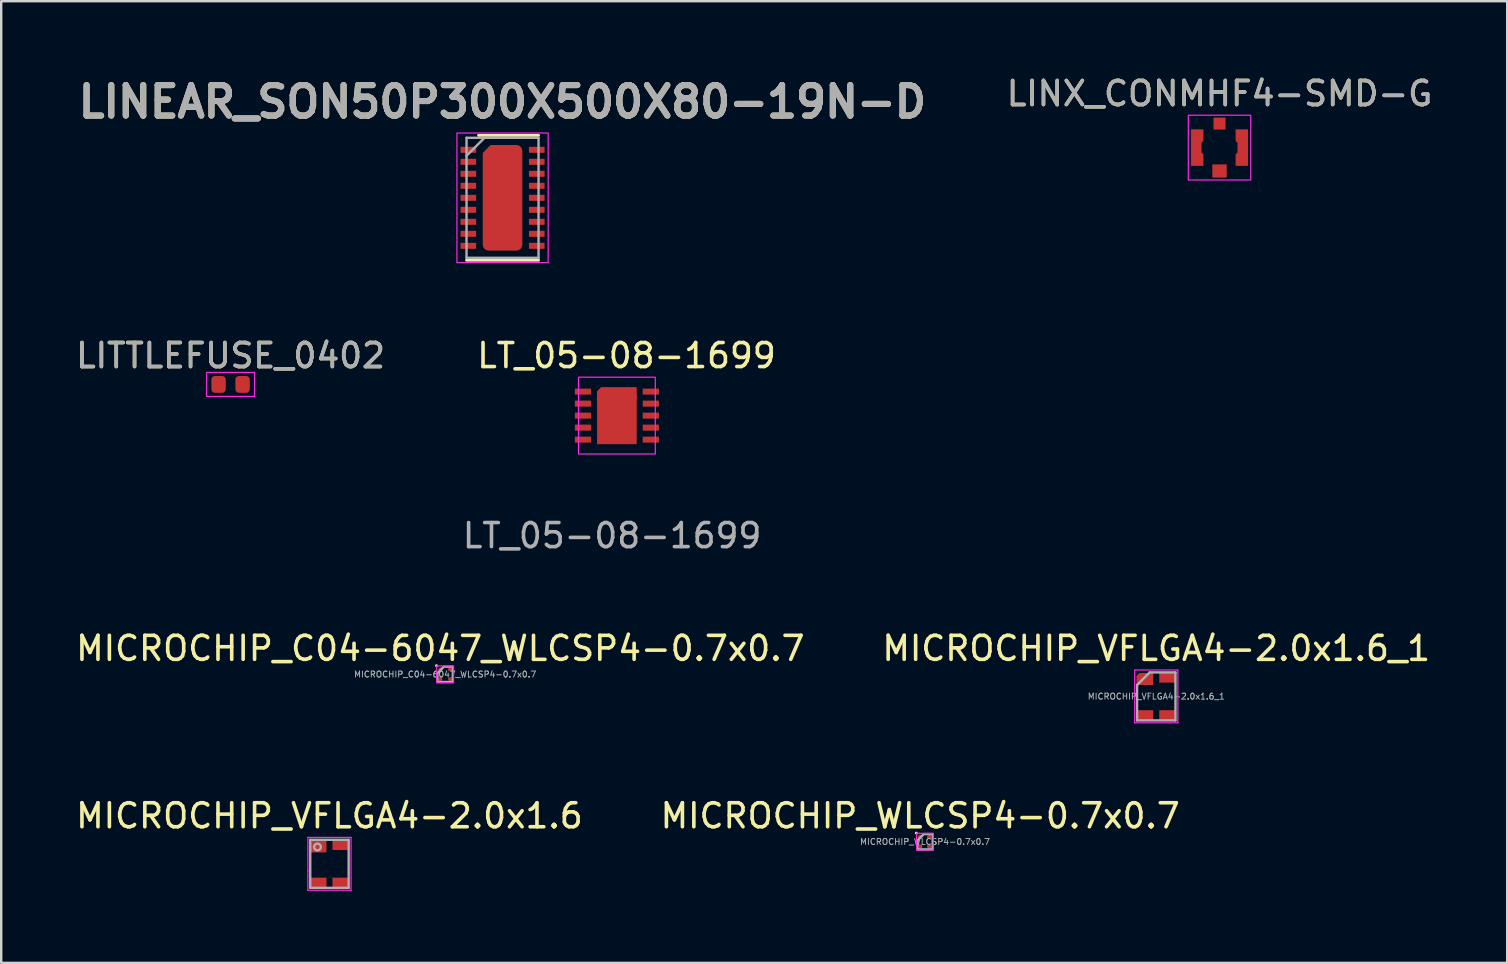
<source format=kicad_pcb>
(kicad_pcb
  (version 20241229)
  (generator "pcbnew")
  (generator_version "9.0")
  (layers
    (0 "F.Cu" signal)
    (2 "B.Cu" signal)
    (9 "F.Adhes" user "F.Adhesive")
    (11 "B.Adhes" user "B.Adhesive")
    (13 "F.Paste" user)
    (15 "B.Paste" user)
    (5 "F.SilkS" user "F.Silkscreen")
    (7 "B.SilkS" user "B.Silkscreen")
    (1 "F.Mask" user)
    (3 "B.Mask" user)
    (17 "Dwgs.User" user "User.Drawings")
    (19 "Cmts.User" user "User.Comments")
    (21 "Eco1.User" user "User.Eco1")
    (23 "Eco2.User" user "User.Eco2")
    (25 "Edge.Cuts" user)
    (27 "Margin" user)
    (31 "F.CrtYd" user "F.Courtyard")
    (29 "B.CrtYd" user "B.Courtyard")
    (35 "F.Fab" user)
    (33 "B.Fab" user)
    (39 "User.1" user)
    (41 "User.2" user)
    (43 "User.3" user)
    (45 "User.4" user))
  (footprint "LINEAR_SON50P300X500X80-19N-D"
    (layer "F.Cu")
    (at 17.883 5.189)
    (property "Reference" "LINEAR_SON50P300X500X80-19N-D" (at 0 -4 0) (layer "F.SilkS") (effects (font (size 1.27 1.27) (thickness 0.254))))
    (attr smd)
    (fp_line (start 1.5 -2.6) (end -1 -2.6) (stroke (width 0.12) (type solid)) (layer "F.SilkS"))
    (fp_line (start 1.5 2.6) (end -1.5 2.6) (stroke (width 0.12) (type solid)) (layer "F.SilkS"))
    (fp_rect (start -1.9 -2.7) (end 1.9 2.7) (stroke (width 0.05) (type solid)) (fill no) (layer "F.CrtYd"))
    (fp_line (start -1.5 -2.5) (end 1.5 -2.5) (stroke (width 0.1) (type solid)) (layer "F.Fab"))
    (fp_line (start -1.5 -1.75) (end -0.75 -2.5) (stroke (width 0.1) (type solid)) (layer "F.Fab"))
    (fp_line (start -1.5 2.5) (end -1.5 -2.5) (stroke (width 0.1) (type solid)) (layer "F.Fab"))
    (fp_line (start 1.5 -2.5) (end 1.5 2.5) (stroke (width 0.1) (type solid)) (layer "F.Fab"))
    (fp_line (start 1.5 2.5) (end -1.5 2.5) (stroke (width 0.1) (type solid)) (layer "F.Fab"))
    (fp_text user "${REFERENCE}" (at 0 -4 0) (layer "F.Fab") (effects (font (size 1.27 1.27) (thickness 0.254))))
    (pad "1" smd rect (at -1.425 -2 90) (size 0.25 0.65) (layers "F.Cu" "F.Mask" "F.Paste"))
    (pad "2" smd rect (at -1.425 -1.5 90) (size 0.25 0.65) (layers "F.Cu" "F.Mask" "F.Paste"))
    (pad "3" smd rect (at -1.425 -1 90) (size 0.25 0.65) (layers "F.Cu" "F.Mask" "F.Paste"))
    (pad "4" smd rect (at -1.425 -0.5 90) (size 0.25 0.65) (layers "F.Cu" "F.Mask" "F.Paste"))
    (pad "5" smd rect (at -1.425 0 90) (size 0.25 0.65) (layers "F.Cu" "F.Mask" "F.Paste"))
    (pad "6" smd rect (at -1.425 0.5 90) (size 0.25 0.65) (layers "F.Cu" "F.Mask" "F.Paste"))
    (pad "7" smd rect (at -1.425 1 90) (size 0.25 0.65) (layers "F.Cu" "F.Mask" "F.Paste"))
    (pad "8" smd rect (at -1.425 1.5 90) (size 0.25 0.65) (layers "F.Cu" "F.Mask" "F.Paste"))
    (pad "9" smd rect (at -1.425 2 90) (size 0.25 0.65) (layers "F.Cu" "F.Mask" "F.Paste"))
    (pad "10" smd rect (at 1.425 2 90) (size 0.25 0.65) (layers "F.Cu" "F.Mask" "F.Paste"))
    (pad "11" smd rect (at 1.425 1.5 90) (size 0.25 0.65) (layers "F.Cu" "F.Mask" "F.Paste"))
    (pad "12" smd rect (at 1.425 1 90) (size 0.25 0.65) (layers "F.Cu" "F.Mask" "F.Paste"))
    (pad "13" smd rect (at 1.425 0.5 90) (size 0.25 0.65) (layers "F.Cu" "F.Mask" "F.Paste"))
    (pad "14" smd rect (at 1.425 0 90) (size 0.25 0.65) (layers "F.Cu" "F.Mask" "F.Paste"))
    (pad "15" smd rect (at 1.425 -0.5 90) (size 0.25 0.65) (layers "F.Cu" "F.Mask" "F.Paste"))
    (pad "16" smd rect (at 1.425 -1 90) (size 0.25 0.65) (layers "F.Cu" "F.Mask" "F.Paste"))
    (pad "17" smd rect (at 1.425 -1.5 90) (size 0.25 0.65) (layers "F.Cu" "F.Mask" "F.Paste"))
    (pad "18" smd rect (at 1.425 -2 90) (size 0.25 0.65) (layers "F.Cu" "F.Mask" "F.Paste"))
    (pad "19" smd roundrect (at 0 0) (size 1.65 4.4) (layers "F.Cu" "F.Mask" "F.Paste") (roundrect_rratio 0.15) (chamfer_ratio 0.2) (chamfer top_left)))
  (footprint "LITTLEFUSE_0402"
    (layer "F.Cu")
    (at 6.554 12.962)
    (property "Reference" "LITTLEFUSE_0402" (at 0 -1.2 0) (unlocked yes) (layer "F.SilkS") (effects (font (size 1 1) (thickness 0.15))))
    (attr smd)
    (fp_line (start -1 -0.5) (end -1 0.5) (stroke (width 0.05) (type solid)) (layer "F.CrtYd"))
    (fp_line (start -1 0.5) (end 1 0.5) (stroke (width 0.05) (type solid)) (layer "F.CrtYd"))
    (fp_line (start 1 -0.5) (end -1 -0.5) (stroke (width 0.05) (type solid)) (layer "F.CrtYd"))
    (fp_line (start 1 0.5) (end 1 -0.5) (stroke (width 0.05) (type solid)) (layer "F.CrtYd"))
    (fp_text user "${REFERENCE}" (at 0 -1.2 0) (unlocked yes) (layer "F.Fab") (effects (font (size 1 1) (thickness 0.15))))
    (pad "1" smd roundrect (at -0.5 0) (size 0.6 0.7) (layers "F.Cu" "F.Mask" "F.Paste") (roundrect_rratio 0.25))
    (pad "2" smd roundrect (at 0.5 0) (size 0.6 0.7) (layers "F.Cu" "F.Mask" "F.Paste") (roundrect_rratio 0.25)))
  (footprint "MICROCHIP_C04-6047_WLCSP4-0.7x0.7"
    (layer "F.Cu")
    (at 15.492 25.038)
    (property "Reference" "MICROCHIP_C04-6047_WLCSP4-0.7x0.7" (at -0.2 -1.08 0) (unlocked yes) (layer "F.SilkS") (effects (font (size 1 1) (thickness 0.15))))
    (attr smd)
    (fp_line (start -0.36 -0.36) (end -0.36 -0.36) (stroke (width 0.12) (type solid)) (layer "F.SilkS"))
    (fp_rect (start -0.35 0.35) (end 0.35 -0.35) (stroke (width 0.05) (type solid)) (fill no) (layer "F.CrtYd"))
    (fp_poly (pts (xy -0.32 -0.05) (xy -0.05 -0.32) (xy 0.32 -0.32) (xy 0.32 0.32) (xy -0.32 0.32)) (stroke (width 0.1) (type solid)) (fill no) (layer "F.Fab"))
    (fp_text user "${REFERENCE}" (at 0 0 0) (unlocked yes) (layer "F.Fab") (effects (font (size 0.25 0.25) (thickness 0.04))))
    (pad "A1" smd circle (at -0.2 -0.2) (size 0.163 0.163) (layers "F.Cu" "F.Mask" "F.Paste"))
    (pad "A2" smd circle (at 0.2 -0.2) (size 0.163 0.163) (layers "F.Cu" "F.Mask" "F.Paste"))
    (pad "B1" smd circle (at -0.2 0.2) (size 0.163 0.163) (layers "F.Cu" "F.Mask" "F.Paste"))
    (pad "B2" smd circle (at 0.2 0.2) (size 0.163 0.163) (layers "F.Cu" "F.Mask" "F.Paste")))
  (footprint "MICROCHIP_VFLGA4-2.0x1.6"
    (layer "F.Cu")
    (at 10.673 32.932)
    (property "Reference" "MICROCHIP_VFLGA4-2.0x1.6" (at 0 -2 0) (unlocked yes) (layer "F.SilkS") (effects (font (size 1 1) (thickness 0.15))))
    (attr smd)
    (fp_poly (pts (xy -0.125 -0.475) (xy -0.825 -0.475) (xy -0.825 -0.85) (xy -0.7 -0.975) (xy -0.125 -0.975)) (stroke (width 0) (type solid)) (fill yes) (layer "F.Cu"))
    (fp_poly (pts (xy -0.125 -0.475) (xy -0.825 -0.475) (xy -0.825 -0.85) (xy -0.7 -0.975) (xy -0.125 -0.975)) (stroke (width 0) (type solid)) (fill yes) (layer "F.Mask"))
    (fp_poly (pts (xy -0.125 -0.475) (xy -0.825 -0.475) (xy -0.825 -0.85) (xy -0.7 -0.975) (xy -0.125 -0.975)) (stroke (width 0) (type solid)) (fill yes) (layer "F.Paste"))
    (fp_line (start -0.9 -1.1) (end -0.9 0.3) (stroke (width 0.05) (type solid)) (layer "F.CrtYd"))
    (fp_line (start -0.9 0.3) (end -0.9 1.1) (stroke (width 0.05) (type solid)) (layer "F.CrtYd"))
    (fp_line (start -0.9 1.1) (end 0.9 1.1) (stroke (width 0.05) (type solid)) (layer "F.CrtYd"))
    (fp_line (start 0.9 -1.1) (end -0.9 -1.1) (stroke (width 0.05) (type solid)) (layer "F.CrtYd"))
    (fp_line (start 0.9 1.1) (end 0.9 -1.1) (stroke (width 0.05) (type solid)) (layer "F.CrtYd"))
    (fp_line (start -0.8 -1) (end 0.8 -1) (stroke (width 0.1) (type solid)) (layer "F.Fab"))
    (fp_line (start -0.8 1) (end -0.8 -1) (stroke (width 0.1) (type solid)) (layer "F.Fab"))
    (fp_line (start 0.8 -1) (end 0.8 1) (stroke (width 0.1) (type solid)) (layer "F.Fab"))
    (fp_line (start 0.8 1) (end -0.8 1) (stroke (width 0.1) (type solid)) (layer "F.Fab"))
    (fp_circle (center -0.5 -0.7) (end -0.4 -0.6) (stroke (width 0.1) (type solid)) (fill no) (layer "F.Fab"))
    (pad "1" smd rect (at -0.475 -0.725) (size 0.2 0.2) (layers "F.Cu"))
    (pad "2" smd rect (at -0.475 0.775) (size 0.7 0.4) (layers "F.Cu" "F.Mask" "F.Paste"))
    (pad "3" smd rect (at 0.475 0.775) (size 0.7 0.4) (layers "F.Cu" "F.Mask" "F.Paste"))
    (pad "4" smd rect (at 0.475 -0.775) (size 0.7 0.4) (layers "F.Cu" "F.Mask" "F.Paste")))
  (footprint "LT_05-08-1699"
    (layer "F.Cu")
    (at 22.646 14.262)
    (property "Reference" "LT_05-08-1699" (at 0.4 -2.5 0) (unlocked yes) (layer "F.SilkS") (effects (font (size 1 1) (thickness 0.15))))
    (attr smd)
    (fp_poly (pts (xy 0.825 -0.685) (xy -0.825 -0.685) (xy -0.825 -1.02) (xy -0.66 -1.185) (xy 0.825 -1.185)) (stroke (width 0) (type solid)) (fill yes) (layer "F.Cu"))
    (fp_poly (pts (xy 0.825 -0.685) (xy -0.825 -0.685) (xy -0.825 -1.02) (xy -0.66 -1.185) (xy 0.825 -1.185)) (stroke (width 0) (type solid)) (fill yes) (layer "F.Mask"))
    (fp_rect (start -0.6 -1) (end 0.6 -0.15) (stroke (width 0) (type solid)) (fill yes) (layer "F.Paste"))
    (fp_rect (start -0.6 0.15) (end 0.6 1) (stroke (width 0) (type solid)) (fill yes) (layer "F.Paste"))
    (fp_rect (start -1.6 1.6) (end 1.6 -1.6) (stroke (width 0.05) (type solid)) (fill no) (layer "F.CrtYd"))
    (fp_text user "${REFERENCE}" (at -0.2 5 0) (unlocked yes) (layer "F.Fab") (effects (font (size 1 1) (thickness 0.15))))
    (pad "1" smd rect (at -1.413 -1) (size 0.675 0.25) (layers "F.Cu" "F.Mask" "F.Paste"))
    (pad "2" smd rect (at -1.413 -0.5) (size 0.675 0.25) (layers "F.Cu" "F.Mask" "F.Paste"))
    (pad "3" smd rect (at -1.413 0) (size 0.675 0.25) (layers "F.Cu" "F.Mask" "F.Paste"))
    (pad "4" smd rect (at -1.413 0.5) (size 0.675 0.25) (layers "F.Cu" "F.Mask" "F.Paste"))
    (pad "5" smd rect (at -1.413 1) (size 0.675 0.25) (layers "F.Cu" "F.Mask" "F.Paste"))
    (pad "6" smd rect (at 1.413 1) (size 0.675 0.25) (layers "F.Cu" "F.Mask" "F.Paste"))
    (pad "7" smd rect (at 1.413 0.5) (size 0.675 0.25) (layers "F.Cu" "F.Mask" "F.Paste"))
    (pad "8" smd rect (at 1.413 0) (size 0.675 0.25) (layers "F.Cu" "F.Mask" "F.Paste"))
    (pad "9" smd rect (at 1.413 -0.5) (size 0.675 0.25) (layers "F.Cu" "F.Mask" "F.Paste"))
    (pad "10" smd rect (at 1.413 -1) (size 0.675 0.25) (layers "F.Cu" "F.Mask" "F.Paste"))
    (pad "11" smd rect (at 0 0.152 90) (size 2.075 1.65) (layers "F.Cu" "F.Mask")))
  (footprint "MICROCHIP_VFLGA4-2.0x1.6_1"
    (layer "F.Cu")
    (at 45.113 25.958)
    (property "Reference" "MICROCHIP_VFLGA4-2.0x1.6_1" (at 0 -2 0) (unlocked yes) (layer "F.SilkS") (effects (font (size 1 1) (thickness 0.15))))
    (attr smd)
    (fp_line (start -0.9 -1.1) (end -0.9 0.3) (stroke (width 0.05) (type solid)) (layer "F.CrtYd"))
    (fp_line (start -0.9 0.3) (end -0.9 1.1) (stroke (width 0.05) (type solid)) (layer "F.CrtYd"))
    (fp_line (start -0.9 1.1) (end 0.9 1.1) (stroke (width 0.05) (type solid)) (layer "F.CrtYd"))
    (fp_line (start 0.9 -1.1) (end -0.9 -1.1) (stroke (width 0.05) (type solid)) (layer "F.CrtYd"))
    (fp_line (start 0.9 1.1) (end 0.9 -1.1) (stroke (width 0.05) (type solid)) (layer "F.CrtYd"))
    (fp_line (start -0.8 1) (end -0.8 -0.475) (stroke (width 0.1) (type solid)) (layer "F.Fab"))
    (fp_line (start -0.275 -1) (end -0.8 -0.475) (stroke (width 0.1) (type solid)) (layer "F.Fab"))
    (fp_line (start -0.275 -1) (end 0.8 -1) (stroke (width 0.1) (type solid)) (layer "F.Fab"))
    (fp_line (start 0.8 -1) (end 0.8 1) (stroke (width 0.1) (type solid)) (layer "F.Fab"))
    (fp_line (start 0.8 1) (end -0.8 1) (stroke (width 0.1) (type solid)) (layer "F.Fab"))
    (fp_text user "${REFERENCE}" (at 0 0 0) (layer "F.Fab") (effects (font (size 0.25 0.25) (thickness 0.04))))
    (pad "1" smd custom (at -0.475 -0.725) (size 0.2 0.2) (layers "F.Cu" "F.Mask" "F.Paste") (options (anchor rect)) (primitives (gr_poly (pts (xy 0.35 0.25) (xy -0.35 0.25) (xy -0.35 -0.125) (xy -0.225 -0.25) (xy 0.35 -0.25)) (width 0) (fill yes))))
    (pad "2" smd rect (at -0.475 0.775) (size 0.7 0.4) (layers "F.Cu" "F.Mask" "F.Paste"))
    (pad "3" smd rect (at 0.475 0.775) (size 0.7 0.4) (layers "F.Cu" "F.Mask" "F.Paste"))
    (pad "4" smd rect (at 0.475 -0.775) (size 0.7 0.4) (layers "F.Cu" "F.Mask" "F.Paste")))
  (footprint "LINX_CONMHF4-SMD-G"
    (layer "F.Cu")
    (at 47.748 3.098)
    (property "Reference" "LINX_CONMHF4-SMD-G" (at 0 -2.25 0) (unlocked yes) (layer "F.SilkS") (effects (font (size 1 1) (thickness 0.15))))
    (attr smd)
    (fp_rect (start -1.3 -1.35) (end 1.3 1.35) (stroke (width 0.05) (type solid)) (fill no) (layer "F.CrtYd"))
    (fp_text user "${REFERENCE}" (at 0 -2.25 0) (unlocked yes) (layer "F.Fab") (effects (font (size 1 1) (thickness 0.15))))
    (pad "1" smd rect (at 0 0.7) (size 0.6 0.55) (drill (offset 0 0.275)) (layers "F.Cu" "F.Mask" "F.Paste"))
    (pad "2" smd custom (at -0.986 -0.062 180) (size 0.1 0.1) (layers "F.Cu" "F.Mask" "F.Paste") (options (anchor rect)) (primitives (gr_poly (pts (xy 0.2 0.7) (xy -0.316 0.7) (xy -0.316 0.22) (xy -0.236 0.14) (xy -0.236 -0.26) (xy -0.316 -0.34) (xy -0.316 -0.824) (xy 0.2 -0.824)) (width 0) (fill yes))))
    (pad "2" smd rect (at 0 -0.75 180) (size 0.5 0.5) (drill (offset 0 0.25)) (layers "F.Cu" "F.Mask" "F.Paste"))
    (pad "2" smd custom (at 0.986 0.062) (size 0.1 0.1) (layers "F.Cu" "F.Mask" "F.Paste") (options (anchor rect)) (primitives (gr_poly (pts (xy 0.2 0.7) (xy -0.316 0.7) (xy -0.316 0.22) (xy -0.236 0.14) (xy -0.236 -0.26) (xy -0.316 -0.34) (xy -0.316 -0.824) (xy 0.2 -0.824)) (width 0) (fill yes)))))
  (footprint "MICROCHIP_WLCSP4-0.7x0.7"
    (layer "F.Cu")
    (at 35.48 32.012)
    (property "Reference" "MICROCHIP_WLCSP4-0.7x0.7" (at -0.2 -1.08 0) (unlocked yes) (layer "F.SilkS") (effects (font (size 1 1) (thickness 0.15))))
    (attr smd)
    (fp_line (start -0.36 -0.36) (end -0.36 -0.36) (stroke (width 0.12) (type solid)) (layer "F.SilkS"))
    (fp_rect (start -0.35 0.35) (end 0.35 -0.35) (stroke (width 0.05) (type solid)) (fill no) (layer "F.CrtYd"))
    (fp_poly (pts (xy -0.32 -0.05) (xy -0.05 -0.32) (xy 0.32 -0.32) (xy 0.32 0.32) (xy -0.32 0.32)) (stroke (width 0.1) (type solid)) (fill no) (layer "F.Fab"))
    (fp_text user "${REFERENCE}" (at 0 0 0) (unlocked yes) (layer "F.Fab") (effects (font (size 0.25 0.25) (thickness 0.04))))
    (pad "A1" smd circle (at -0.2 -0.2) (size 0.18 0.18) (layers "F.Cu" "F.Mask" "F.Paste"))
    (pad "A2" smd circle (at 0.175 -0.2) (size 0.18 0.18) (layers "F.Cu" "F.Mask" "F.Paste"))
    (pad "B1" smd circle (at -0.2 0.2) (size 0.18 0.18) (layers "F.Cu" "F.Mask" "F.Paste"))
    (pad "B2" smd circle (at 0.175 0.2) (size 0.18 0.18) (layers "F.Cu" "F.Mask" "F.Paste")))
  (gr_rect
    (start -3 -3)
    (end 59.73 37.057)
    (stroke (width 0.1) (type default))
    (fill no)
    (layer "Edge.Cuts")))
</source>
